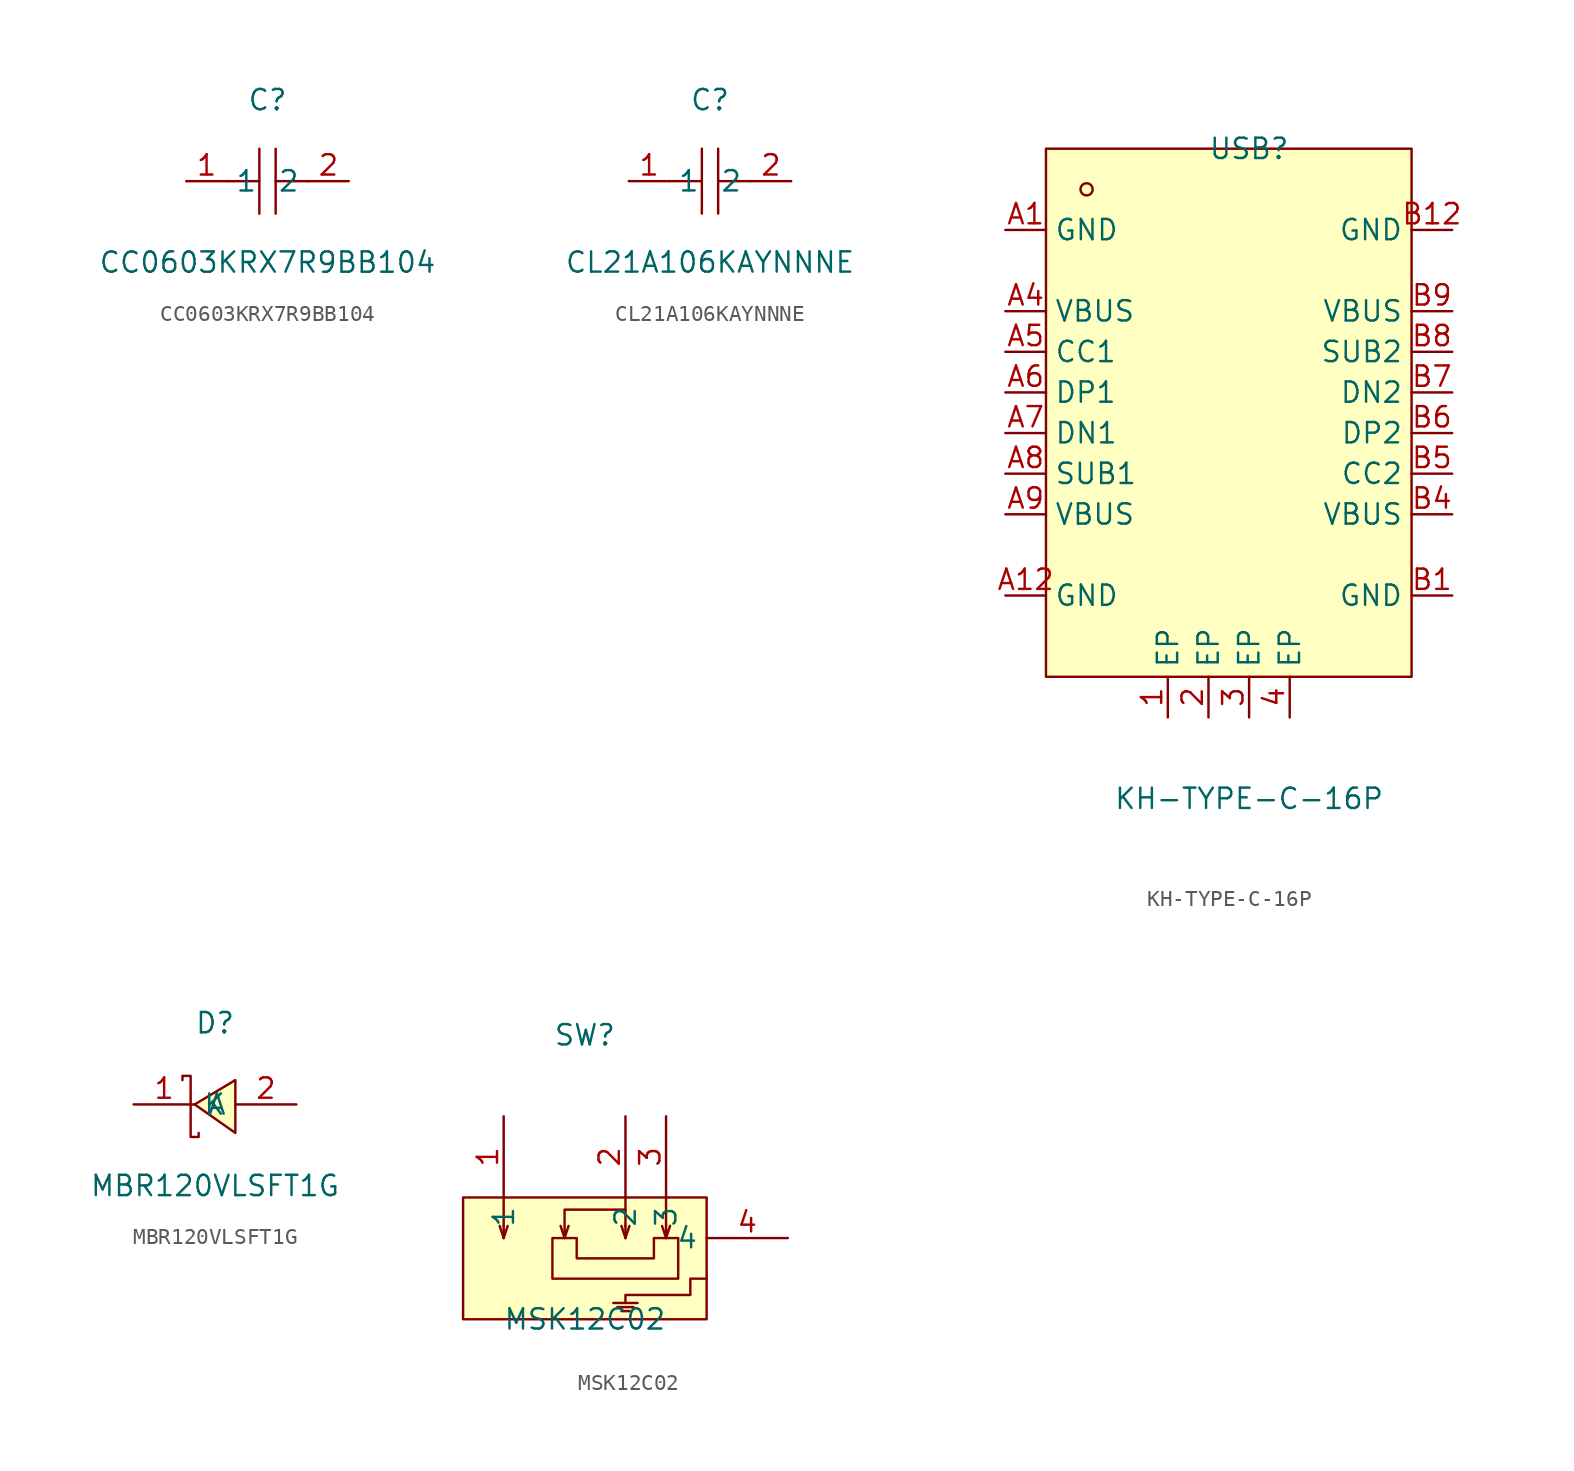
<source format=kicad_sym>
(kicad_symbol_lib
  (version 20241209)
  (generator "kicad_symbol_editor")
  (generator_version "9.0")
  (symbol "CC0603KRX7R9BB104"
    (property "Reference" "C"
      (at 0 5.08 0)
      (effects (font (size 1.27 1.27))))
    (property "Value" "CC0603KRX7R9BB104"
      (at 0 -5.08 0)
      (effects (font (size 1.27 1.27))))
    (symbol "CC0603KRX7R9BB104_0_1"
      (polyline (pts (xy -0.51 0) (xy -2.54 0)) (stroke (width 0) (type default)) (fill (type none)))
      (polyline (pts (xy -0.51 -2.03) (xy -0.51 2.03)) (stroke (width 0) (type default)) (fill (type none)))
      (polyline (pts (xy 0.51 2.03) (xy 0.51 -2.03)) (stroke (width 0) (type default)) (fill (type none)))
      (polyline (pts (xy 2.54 0) (xy 0.51 0)) (stroke (width 0) (type default)) (fill (type none)))
      (pin unspecified line (at -5.08 0 0) (length 2.54) (name "1" (effects (font (size 1.27 1.27)))) (number "1" (effects (font (size 1.27 1.27)))))
      (pin unspecified line (at 5.08 0 180) (length 2.54) (name "2" (effects (font (size 1.27 1.27)))) (number "2" (effects (font (size 1.27 1.27)))))))
  (symbol "CL21A106KAYNNNE"
    (property "Reference" "C"
      (at 0 5.08 0)
      (effects (font (size 1.27 1.27))))
    (property "Value" "CL21A106KAYNNNE"
      (at 0 -5.08 0)
      (effects (font (size 1.27 1.27))))
    (symbol "CL21A106KAYNNNE_0_1"
      (polyline (pts (xy -0.51 0) (xy -2.54 0)) (stroke (width 0) (type default)) (fill (type none)))
      (polyline (pts (xy -0.51 -2.03) (xy -0.51 2.03)) (stroke (width 0) (type default)) (fill (type none)))
      (polyline (pts (xy 0.51 2.03) (xy 0.51 -2.03)) (stroke (width 0) (type default)) (fill (type none)))
      (polyline (pts (xy 2.54 0) (xy 0.51 0)) (stroke (width 0) (type default)) (fill (type none)))
      (pin unspecified line (at -5.08 0 0) (length 2.54) (name "1" (effects (font (size 1.27 1.27)))) (number "1" (effects (font (size 1.27 1.27)))))
      (pin unspecified line (at 5.08 0 180) (length 2.54) (name "2" (effects (font (size 1.27 1.27)))) (number "2" (effects (font (size 1.27 1.27)))))))
  (symbol "KH-TYPE-C-16P"
    (property "Reference" "USB"
      (at 0 17.78 0)
      (effects (font (size 1.27 1.27))))
    (property "Value" "KH-TYPE-C-16P"
      (at 0 -22.86 0)
      (effects (font (size 1.27 1.27))))
    (symbol "KH-TYPE-C-16P_0_1"
      (rectangle (start -12.7 17.78) (end 10.16 -15.24) (stroke (width 0) (type default)) (fill (type background)))
      (circle (center -10.16 15.24) (radius 0.38) (stroke (width 0) (type default)) (fill (type none)))
      (pin unspecified line (at -15.24 12.7 0) (length 2.54) (name "GND" (effects (font (size 1.27 1.27)))) (number "A1" (effects (font (size 1.27 1.27)))))
      (pin unspecified line (at -15.24 7.62 0) (length 2.54) (name "VBUS" (effects (font (size 1.27 1.27)))) (number "A4" (effects (font (size 1.27 1.27)))))
      (pin unspecified line (at -15.24 5.08 0) (length 2.54) (name "CC1" (effects (font (size 1.27 1.27)))) (number "A5" (effects (font (size 1.27 1.27)))))
      (pin unspecified line (at -15.24 2.54 0) (length 2.54) (name "DP1" (effects (font (size 1.27 1.27)))) (number "A6" (effects (font (size 1.27 1.27)))))
      (pin unspecified line (at -15.24 0 0) (length 2.54) (name "DN1" (effects (font (size 1.27 1.27)))) (number "A7" (effects (font (size 1.27 1.27)))))
      (pin unspecified line (at -15.24 -2.54 0) (length 2.54) (name "SUB1" (effects (font (size 1.27 1.27)))) (number "A8" (effects (font (size 1.27 1.27)))))
      (pin unspecified line (at -15.24 -5.08 0) (length 2.54) (name "VBUS" (effects (font (size 1.27 1.27)))) (number "A9" (effects (font (size 1.27 1.27)))))
      (pin unspecified line (at -15.24 -10.16 0) (length 2.54) (name "GND" (effects (font (size 1.27 1.27)))) (number "A12" (effects (font (size 1.27 1.27)))))
      (pin unspecified line (at -5.08 -17.78 90) (length 2.54) (name "EP" (effects (font (size 1.27 1.27)))) (number "1" (effects (font (size 1.27 1.27)))))
      (pin unspecified line (at -2.54 -17.78 90) (length 2.54) (name "EP" (effects (font (size 1.27 1.27)))) (number "2" (effects (font (size 1.27 1.27)))))
      (pin unspecified line (at 0 -17.78 90) (length 2.54) (name "EP" (effects (font (size 1.27 1.27)))) (number "3" (effects (font (size 1.27 1.27)))))
      (pin unspecified line (at 2.54 -17.78 90) (length 2.54) (name "EP" (effects (font (size 1.27 1.27)))) (number "4" (effects (font (size 1.27 1.27)))))
      (pin unspecified line (at 12.7 12.7 180) (length 2.54) (name "GND" (effects (font (size 1.27 1.27)))) (number "B12" (effects (font (size 1.27 1.27)))))
      (pin unspecified line (at 12.7 7.62 180) (length 2.54) (name "VBUS" (effects (font (size 1.27 1.27)))) (number "B9" (effects (font (size 1.27 1.27)))))
      (pin unspecified line (at 12.7 5.08 180) (length 2.54) (name "SUB2" (effects (font (size 1.27 1.27)))) (number "B8" (effects (font (size 1.27 1.27)))))
      (pin unspecified line (at 12.7 2.54 180) (length 2.54) (name "DN2" (effects (font (size 1.27 1.27)))) (number "B7" (effects (font (size 1.27 1.27)))))
      (pin unspecified line (at 12.7 0 180) (length 2.54) (name "DP2" (effects (font (size 1.27 1.27)))) (number "B6" (effects (font (size 1.27 1.27)))))
      (pin unspecified line (at 12.7 -2.54 180) (length 2.54) (name "CC2" (effects (font (size 1.27 1.27)))) (number "B5" (effects (font (size 1.27 1.27)))))
      (pin unspecified line (at 12.7 -5.08 180) (length 2.54) (name "VBUS" (effects (font (size 1.27 1.27)))) (number "B4" (effects (font (size 1.27 1.27)))))
      (pin unspecified line (at 12.7 -10.16 180) (length 2.54) (name "GND" (effects (font (size 1.27 1.27)))) (number "B1" (effects (font (size 1.27 1.27)))))))
  (symbol "MBR120VLSFT1G"
    (property "Reference" "D"
      (at 0 5.08 0)
      (effects (font (size 1.27 1.27))))
    (property "Value" "MBR120VLSFT1G"
      (at 0 -5.08 0)
      (effects (font (size 1.27 1.27))))
    (symbol "MBR120VLSFT1G_0_1"
      (polyline (pts (xy 1.27 1.52) (xy -1.27 -0.00) (xy 1.27 -1.78) (xy 1.27 1.52)) (stroke (width 0) (type default) (color 0 0 0 0)) (fill (type background)))
      (polyline (pts (xy -2.03 1.52) (xy -2.03 1.78) (xy -1.52 1.78) (xy -1.52 -2.03) (xy -1.02 -2.03) (xy -1.02 -1.78)) (stroke (width 0) (type default) (color 0 0 0 0)) (fill (type none)))
      (pin unspecified line (at 5.08 -0.00 180) (length 3.81) (name "A" (effects (font (size 1.27 1.27)))) (number "2" (effects (font (size 1.27 1.27)))))
      (pin unspecified line (at -5.08 -0.00 0) (length 3.81) (name "K" (effects (font (size 1.27 1.27)))) (number "1" (effects (font (size 1.27 1.27)))))))
  (symbol "MSK12C02"
    (property "Reference" "SW"
      (at 0 12.7 0)
      (effects (font (size 1.27 1.27))))
    (property "Value" "MSK12C02"
      (at 0 -5.08 0)
      (effects (font (size 1.27 1.27))))
    (symbol "MSK12C02_0_1"
      (rectangle (start -7.62 2.54) (end 7.62 -5.08) (stroke (width 0) (type default)) (fill (type background)))
      (polyline (pts (xy -5.08 2.54) (xy -5.08 0.76)) (stroke (width 0) (type default)) (fill (type none)))
      (polyline (pts (xy -5.08 0.76) (xy -5.08 0)) (stroke (width 0) (type default)) (fill (type none)))
      (polyline (pts (xy -5.08 0) (xy -5.33 0.76)) (stroke (width 0) (type default)) (fill (type none)))
      (polyline (pts (xy -5.08 0) (xy -4.83 0.76)) (stroke (width 0) (type default)) (fill (type none)))
      (polyline (pts (xy -1.78 0) (xy -0.51 0) (xy -0.51 -1.27) (xy 4.32 -1.27) (xy 4.32 0) (xy 5.84 0) (xy 5.84 -2.54) (xy -2.03 -2.54) (xy -2.03 0) (xy -1.78 0)) (stroke (width 0) (type default)) (fill (type background)))
      (polyline (pts (xy -1.27 0) (xy -1.52 0.76)) (stroke (width 0) (type default)) (fill (type none)))
      (polyline (pts (xy 1.78 -4.06) (xy 3.3 -4.06)) (stroke (width 0) (type default)) (fill (type none)))
      (polyline (pts (xy 2.03 -4.32) (xy 3.05 -4.32)) (stroke (width 0) (type default)) (fill (type none)))
      (polyline (pts (xy 2.29 -4.57) (xy 2.79 -4.57)) (stroke (width 0) (type default)) (fill (type none)))
      (polyline (pts (xy 2.54 2.54) (xy 2.54 0.76)) (stroke (width 0) (type default)) (fill (type none)))
      (polyline (pts (xy 2.54 1.78) (xy -1.27 1.78) (xy -1.27 0) (xy -1.02 0.76)) (stroke (width 0) (type default)) (fill (type none)))
      (polyline (pts (xy 2.54 0.76) (xy 2.54 0)) (stroke (width 0) (type default)) (fill (type none)))
      (polyline (pts (xy 2.54 0) (xy 2.29 0.76)) (stroke (width 0) (type default)) (fill (type none)))
      (polyline (pts (xy 2.54 0) (xy 2.79 0.76)) (stroke (width 0) (type default)) (fill (type none)))
      (polyline (pts (xy 5.08 2.54) (xy 5.08 0) (xy 5.33 0.76)) (stroke (width 0) (type default)) (fill (type none)))
      (polyline (pts (xy 5.08 0) (xy 4.83 0.76)) (stroke (width 0) (type default)) (fill (type none)))
      (polyline (pts (xy 7.62 -2.54) (xy 6.6 -2.54) (xy 6.6 -3.56) (xy 2.54 -3.56) (xy 2.54 -4.06)) (stroke (width 0) (type default)) (fill (type none)))
      (pin unspecified line (at -5.08 7.62 270) (length 5.08) (name "1" (effects (font (size 1.27 1.27)))) (number "1" (effects (font (size 1.27 1.27)))))
      (pin unspecified line (at 2.54 7.62 270) (length 5.08) (name "2" (effects (font (size 1.27 1.27)))) (number "2" (effects (font (size 1.27 1.27)))))
      (pin unspecified line (at 5.08 7.62 270) (length 5.08) (name "3" (effects (font (size 1.27 1.27)))) (number "3" (effects (font (size 1.27 1.27)))))
      (pin unspecified line (at 12.7 0 180) (length 5.08) (name "4" (effects (font (size 1.27 1.27)))) (number "4" (effects (font (size 1.27 1.27))))))))
</source>
